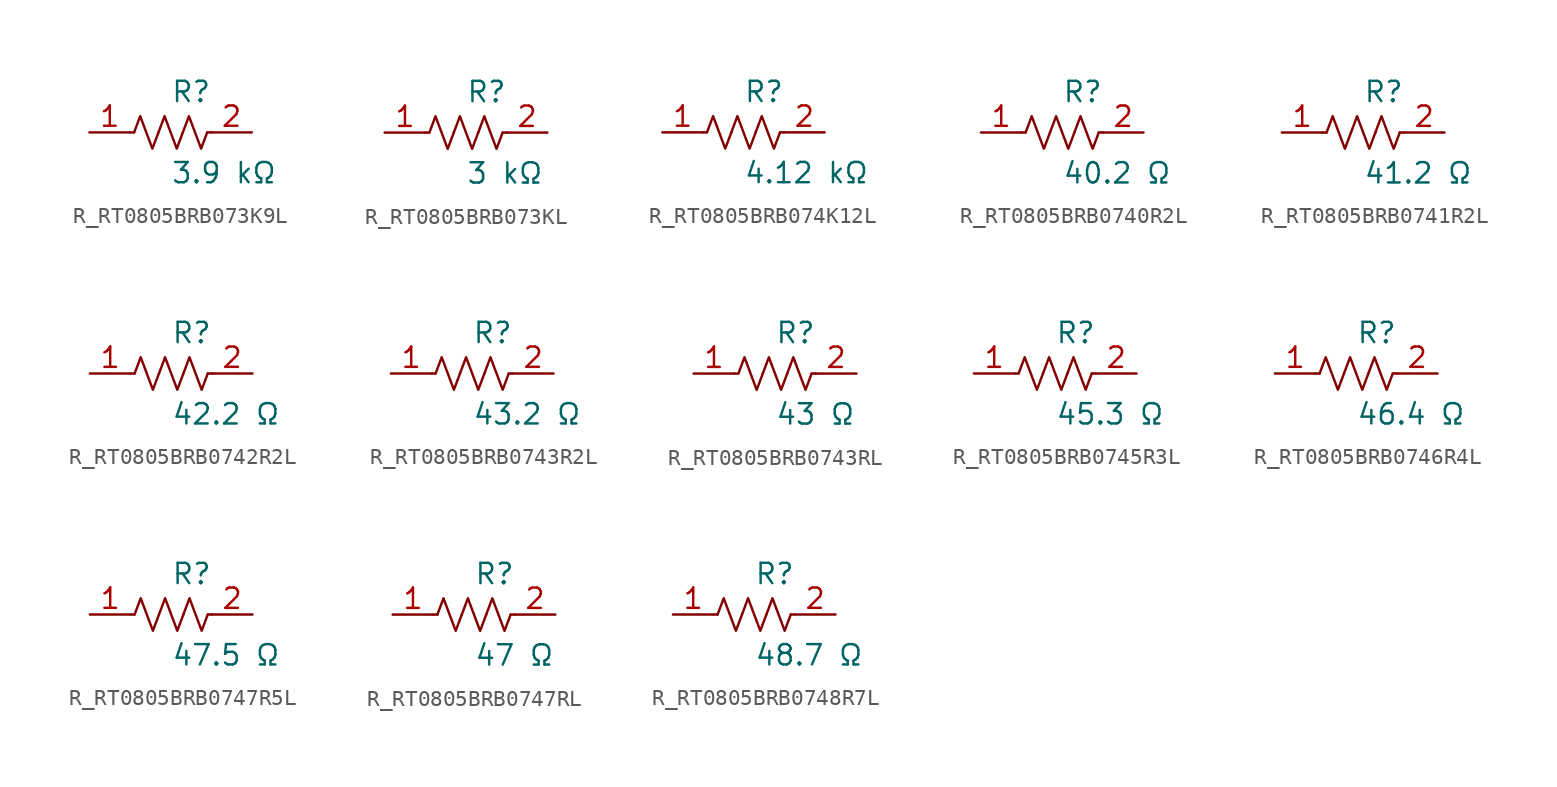
<source format=kicad_sym>
(kicad_symbol_lib
  (version 20231120)
  (generator kicad_symbol_editor)
  (generator_version 8.0)
  (symbol "R_RT0805BRB073K9L"
    (pin_names
      (offset 0.254))
    (property "Reference" "R"
      (at 0.0 2.54 0)
      (effects (font (size 1.27 1.27)) (justify left)))
    (property "Value" "3.9 kΩ"
      (at 0.0 -2.54 0)
      (effects (font (size 1.27 1.27)) (justify left)))
    (symbol "R_RT0805BRB073K9L_0_1"
      (polyline (pts (xy 2.286 0) (xy 2.54 0)) (stroke (width 0) (type default)) (fill (type none)))
      (polyline (pts (xy -2.286 0) (xy -2.54 0)) (stroke (width 0) (type default)) (fill (type none)))
      (polyline (pts (xy 0.762 0) (xy 1.143 1.016) (xy 1.524 0) (xy 1.905 -1.016) (xy 2.286 0)) (stroke (width 0) (type default)) (fill (type none)))
      (polyline (pts (xy -0.762 0) (xy -0.381 1.016) (xy 0 0) (xy 0.381 -1.016) (xy 0.762 0)) (stroke (width 0) (type default)) (fill (type none)))
      (polyline (pts (xy -2.286 0) (xy -1.905 1.016) (xy -1.524 0) (xy -1.143 -1.016) (xy -0.762 0)) (stroke (width 0) (type default)) (fill (type none))))
    (pin unspecified line
      (at -5.08 0 0)
      (length 2.54)
      (name "" (effects (font (size 1.27 1.27))))
      (number "1" (effects (font (size 1.27 1.27)))))
    (pin unspecified line
      (at 5.08 0 180)
      (length 2.54)
      (name "" (effects (font (size 1.27 1.27))))
      (number "2" (effects (font (size 1.27 1.27))))))
  (symbol "R_RT0805BRB073KL"
    (pin_names
      (offset 0.254))
    (property "Reference" "R"
      (at 0.0 2.54 0)
      (effects (font (size 1.27 1.27)) (justify left)))
    (property "Value" "3 kΩ"
      (at 0.0 -2.54 0)
      (effects (font (size 1.27 1.27)) (justify left)))
    (symbol "R_RT0805BRB073KL_0_1"
      (polyline (pts (xy 2.286 0) (xy 2.54 0)) (stroke (width 0) (type default)) (fill (type none)))
      (polyline (pts (xy -2.286 0) (xy -2.54 0)) (stroke (width 0) (type default)) (fill (type none)))
      (polyline (pts (xy 0.762 0) (xy 1.143 1.016) (xy 1.524 0) (xy 1.905 -1.016) (xy 2.286 0)) (stroke (width 0) (type default)) (fill (type none)))
      (polyline (pts (xy -0.762 0) (xy -0.381 1.016) (xy 0 0) (xy 0.381 -1.016) (xy 0.762 0)) (stroke (width 0) (type default)) (fill (type none)))
      (polyline (pts (xy -2.286 0) (xy -1.905 1.016) (xy -1.524 0) (xy -1.143 -1.016) (xy -0.762 0)) (stroke (width 0) (type default)) (fill (type none))))
    (pin unspecified line
      (at -5.08 0 0)
      (length 2.54)
      (name "" (effects (font (size 1.27 1.27))))
      (number "1" (effects (font (size 1.27 1.27)))))
    (pin unspecified line
      (at 5.08 0 180)
      (length 2.54)
      (name "" (effects (font (size 1.27 1.27))))
      (number "2" (effects (font (size 1.27 1.27))))))
  (symbol "R_RT0805BRB074K12L"
    (pin_names
      (offset 0.254))
    (property "Reference" "R"
      (at 0.0 2.54 0)
      (effects (font (size 1.27 1.27)) (justify left)))
    (property "Value" "4.12 kΩ"
      (at 0.0 -2.54 0)
      (effects (font (size 1.27 1.27)) (justify left)))
    (symbol "R_RT0805BRB074K12L_0_1"
      (polyline (pts (xy 2.286 0) (xy 2.54 0)) (stroke (width 0) (type default)) (fill (type none)))
      (polyline (pts (xy -2.286 0) (xy -2.54 0)) (stroke (width 0) (type default)) (fill (type none)))
      (polyline (pts (xy 0.762 0) (xy 1.143 1.016) (xy 1.524 0) (xy 1.905 -1.016) (xy 2.286 0)) (stroke (width 0) (type default)) (fill (type none)))
      (polyline (pts (xy -0.762 0) (xy -0.381 1.016) (xy 0 0) (xy 0.381 -1.016) (xy 0.762 0)) (stroke (width 0) (type default)) (fill (type none)))
      (polyline (pts (xy -2.286 0) (xy -1.905 1.016) (xy -1.524 0) (xy -1.143 -1.016) (xy -0.762 0)) (stroke (width 0) (type default)) (fill (type none))))
    (pin unspecified line
      (at -5.08 0 0)
      (length 2.54)
      (name "" (effects (font (size 1.27 1.27))))
      (number "1" (effects (font (size 1.27 1.27)))))
    (pin unspecified line
      (at 5.08 0 180)
      (length 2.54)
      (name "" (effects (font (size 1.27 1.27))))
      (number "2" (effects (font (size 1.27 1.27))))))
  (symbol "R_RT0805BRB0740R2L"
    (pin_names
      (offset 0.254))
    (property "Reference" "R"
      (at 0.0 2.54 0)
      (effects (font (size 1.27 1.27)) (justify left)))
    (property "Value" "40.2 Ω"
      (at 0.0 -2.54 0)
      (effects (font (size 1.27 1.27)) (justify left)))
    (symbol "R_RT0805BRB0740R2L_0_1"
      (polyline (pts (xy 2.286 0) (xy 2.54 0)) (stroke (width 0) (type default)) (fill (type none)))
      (polyline (pts (xy -2.286 0) (xy -2.54 0)) (stroke (width 0) (type default)) (fill (type none)))
      (polyline (pts (xy 0.762 0) (xy 1.143 1.016) (xy 1.524 0) (xy 1.905 -1.016) (xy 2.286 0)) (stroke (width 0) (type default)) (fill (type none)))
      (polyline (pts (xy -0.762 0) (xy -0.381 1.016) (xy 0 0) (xy 0.381 -1.016) (xy 0.762 0)) (stroke (width 0) (type default)) (fill (type none)))
      (polyline (pts (xy -2.286 0) (xy -1.905 1.016) (xy -1.524 0) (xy -1.143 -1.016) (xy -0.762 0)) (stroke (width 0) (type default)) (fill (type none))))
    (pin unspecified line
      (at -5.08 0 0)
      (length 2.54)
      (name "" (effects (font (size 1.27 1.27))))
      (number "1" (effects (font (size 1.27 1.27)))))
    (pin unspecified line
      (at 5.08 0 180)
      (length 2.54)
      (name "" (effects (font (size 1.27 1.27))))
      (number "2" (effects (font (size 1.27 1.27))))))
  (symbol "R_RT0805BRB0741R2L"
    (pin_names
      (offset 0.254))
    (property "Reference" "R"
      (at 0.0 2.54 0)
      (effects (font (size 1.27 1.27)) (justify left)))
    (property "Value" "41.2 Ω"
      (at 0.0 -2.54 0)
      (effects (font (size 1.27 1.27)) (justify left)))
    (symbol "R_RT0805BRB0741R2L_0_1"
      (polyline (pts (xy 2.286 0) (xy 2.54 0)) (stroke (width 0) (type default)) (fill (type none)))
      (polyline (pts (xy -2.286 0) (xy -2.54 0)) (stroke (width 0) (type default)) (fill (type none)))
      (polyline (pts (xy 0.762 0) (xy 1.143 1.016) (xy 1.524 0) (xy 1.905 -1.016) (xy 2.286 0)) (stroke (width 0) (type default)) (fill (type none)))
      (polyline (pts (xy -0.762 0) (xy -0.381 1.016) (xy 0 0) (xy 0.381 -1.016) (xy 0.762 0)) (stroke (width 0) (type default)) (fill (type none)))
      (polyline (pts (xy -2.286 0) (xy -1.905 1.016) (xy -1.524 0) (xy -1.143 -1.016) (xy -0.762 0)) (stroke (width 0) (type default)) (fill (type none))))
    (pin unspecified line
      (at -5.08 0 0)
      (length 2.54)
      (name "" (effects (font (size 1.27 1.27))))
      (number "1" (effects (font (size 1.27 1.27)))))
    (pin unspecified line
      (at 5.08 0 180)
      (length 2.54)
      (name "" (effects (font (size 1.27 1.27))))
      (number "2" (effects (font (size 1.27 1.27))))))
  (symbol "R_RT0805BRB0742R2L"
    (pin_names
      (offset 0.254))
    (property "Reference" "R"
      (at 0.0 2.54 0)
      (effects (font (size 1.27 1.27)) (justify left)))
    (property "Value" "42.2 Ω"
      (at 0.0 -2.54 0)
      (effects (font (size 1.27 1.27)) (justify left)))
    (symbol "R_RT0805BRB0742R2L_0_1"
      (polyline (pts (xy 2.286 0) (xy 2.54 0)) (stroke (width 0) (type default)) (fill (type none)))
      (polyline (pts (xy -2.286 0) (xy -2.54 0)) (stroke (width 0) (type default)) (fill (type none)))
      (polyline (pts (xy 0.762 0) (xy 1.143 1.016) (xy 1.524 0) (xy 1.905 -1.016) (xy 2.286 0)) (stroke (width 0) (type default)) (fill (type none)))
      (polyline (pts (xy -0.762 0) (xy -0.381 1.016) (xy 0 0) (xy 0.381 -1.016) (xy 0.762 0)) (stroke (width 0) (type default)) (fill (type none)))
      (polyline (pts (xy -2.286 0) (xy -1.905 1.016) (xy -1.524 0) (xy -1.143 -1.016) (xy -0.762 0)) (stroke (width 0) (type default)) (fill (type none))))
    (pin unspecified line
      (at -5.08 0 0)
      (length 2.54)
      (name "" (effects (font (size 1.27 1.27))))
      (number "1" (effects (font (size 1.27 1.27)))))
    (pin unspecified line
      (at 5.08 0 180)
      (length 2.54)
      (name "" (effects (font (size 1.27 1.27))))
      (number "2" (effects (font (size 1.27 1.27))))))
  (symbol "R_RT0805BRB0743R2L"
    (pin_names
      (offset 0.254))
    (property "Reference" "R"
      (at 0.0 2.54 0)
      (effects (font (size 1.27 1.27)) (justify left)))
    (property "Value" "43.2 Ω"
      (at 0.0 -2.54 0)
      (effects (font (size 1.27 1.27)) (justify left)))
    (symbol "R_RT0805BRB0743R2L_0_1"
      (polyline (pts (xy 2.286 0) (xy 2.54 0)) (stroke (width 0) (type default)) (fill (type none)))
      (polyline (pts (xy -2.286 0) (xy -2.54 0)) (stroke (width 0) (type default)) (fill (type none)))
      (polyline (pts (xy 0.762 0) (xy 1.143 1.016) (xy 1.524 0) (xy 1.905 -1.016) (xy 2.286 0)) (stroke (width 0) (type default)) (fill (type none)))
      (polyline (pts (xy -0.762 0) (xy -0.381 1.016) (xy 0 0) (xy 0.381 -1.016) (xy 0.762 0)) (stroke (width 0) (type default)) (fill (type none)))
      (polyline (pts (xy -2.286 0) (xy -1.905 1.016) (xy -1.524 0) (xy -1.143 -1.016) (xy -0.762 0)) (stroke (width 0) (type default)) (fill (type none))))
    (pin unspecified line
      (at -5.08 0 0)
      (length 2.54)
      (name "" (effects (font (size 1.27 1.27))))
      (number "1" (effects (font (size 1.27 1.27)))))
    (pin unspecified line
      (at 5.08 0 180)
      (length 2.54)
      (name "" (effects (font (size 1.27 1.27))))
      (number "2" (effects (font (size 1.27 1.27))))))
  (symbol "R_RT0805BRB0743RL"
    (pin_names
      (offset 0.254))
    (property "Reference" "R"
      (at 0.0 2.54 0)
      (effects (font (size 1.27 1.27)) (justify left)))
    (property "Value" "43 Ω"
      (at 0.0 -2.54 0)
      (effects (font (size 1.27 1.27)) (justify left)))
    (symbol "R_RT0805BRB0743RL_0_1"
      (polyline (pts (xy 2.286 0) (xy 2.54 0)) (stroke (width 0) (type default)) (fill (type none)))
      (polyline (pts (xy -2.286 0) (xy -2.54 0)) (stroke (width 0) (type default)) (fill (type none)))
      (polyline (pts (xy 0.762 0) (xy 1.143 1.016) (xy 1.524 0) (xy 1.905 -1.016) (xy 2.286 0)) (stroke (width 0) (type default)) (fill (type none)))
      (polyline (pts (xy -0.762 0) (xy -0.381 1.016) (xy 0 0) (xy 0.381 -1.016) (xy 0.762 0)) (stroke (width 0) (type default)) (fill (type none)))
      (polyline (pts (xy -2.286 0) (xy -1.905 1.016) (xy -1.524 0) (xy -1.143 -1.016) (xy -0.762 0)) (stroke (width 0) (type default)) (fill (type none))))
    (pin unspecified line
      (at -5.08 0 0)
      (length 2.54)
      (name "" (effects (font (size 1.27 1.27))))
      (number "1" (effects (font (size 1.27 1.27)))))
    (pin unspecified line
      (at 5.08 0 180)
      (length 2.54)
      (name "" (effects (font (size 1.27 1.27))))
      (number "2" (effects (font (size 1.27 1.27))))))
  (symbol "R_RT0805BRB0745R3L"
    (pin_names
      (offset 0.254))
    (property "Reference" "R"
      (at 0.0 2.54 0)
      (effects (font (size 1.27 1.27)) (justify left)))
    (property "Value" "45.3 Ω"
      (at 0.0 -2.54 0)
      (effects (font (size 1.27 1.27)) (justify left)))
    (symbol "R_RT0805BRB0745R3L_0_1"
      (polyline (pts (xy 2.286 0) (xy 2.54 0)) (stroke (width 0) (type default)) (fill (type none)))
      (polyline (pts (xy -2.286 0) (xy -2.54 0)) (stroke (width 0) (type default)) (fill (type none)))
      (polyline (pts (xy 0.762 0) (xy 1.143 1.016) (xy 1.524 0) (xy 1.905 -1.016) (xy 2.286 0)) (stroke (width 0) (type default)) (fill (type none)))
      (polyline (pts (xy -0.762 0) (xy -0.381 1.016) (xy 0 0) (xy 0.381 -1.016) (xy 0.762 0)) (stroke (width 0) (type default)) (fill (type none)))
      (polyline (pts (xy -2.286 0) (xy -1.905 1.016) (xy -1.524 0) (xy -1.143 -1.016) (xy -0.762 0)) (stroke (width 0) (type default)) (fill (type none))))
    (pin unspecified line
      (at -5.08 0 0)
      (length 2.54)
      (name "" (effects (font (size 1.27 1.27))))
      (number "1" (effects (font (size 1.27 1.27)))))
    (pin unspecified line
      (at 5.08 0 180)
      (length 2.54)
      (name "" (effects (font (size 1.27 1.27))))
      (number "2" (effects (font (size 1.27 1.27))))))
  (symbol "R_RT0805BRB0746R4L"
    (pin_names
      (offset 0.254))
    (property "Reference" "R"
      (at 0.0 2.54 0)
      (effects (font (size 1.27 1.27)) (justify left)))
    (property "Value" "46.4 Ω"
      (at 0.0 -2.54 0)
      (effects (font (size 1.27 1.27)) (justify left)))
    (symbol "R_RT0805BRB0746R4L_0_1"
      (polyline (pts (xy 2.286 0) (xy 2.54 0)) (stroke (width 0) (type default)) (fill (type none)))
      (polyline (pts (xy -2.286 0) (xy -2.54 0)) (stroke (width 0) (type default)) (fill (type none)))
      (polyline (pts (xy 0.762 0) (xy 1.143 1.016) (xy 1.524 0) (xy 1.905 -1.016) (xy 2.286 0)) (stroke (width 0) (type default)) (fill (type none)))
      (polyline (pts (xy -0.762 0) (xy -0.381 1.016) (xy 0 0) (xy 0.381 -1.016) (xy 0.762 0)) (stroke (width 0) (type default)) (fill (type none)))
      (polyline (pts (xy -2.286 0) (xy -1.905 1.016) (xy -1.524 0) (xy -1.143 -1.016) (xy -0.762 0)) (stroke (width 0) (type default)) (fill (type none))))
    (pin unspecified line
      (at -5.08 0 0)
      (length 2.54)
      (name "" (effects (font (size 1.27 1.27))))
      (number "1" (effects (font (size 1.27 1.27)))))
    (pin unspecified line
      (at 5.08 0 180)
      (length 2.54)
      (name "" (effects (font (size 1.27 1.27))))
      (number "2" (effects (font (size 1.27 1.27))))))
  (symbol "R_RT0805BRB0747R5L"
    (pin_names
      (offset 0.254))
    (property "Reference" "R"
      (at 0.0 2.54 0)
      (effects (font (size 1.27 1.27)) (justify left)))
    (property "Value" "47.5 Ω"
      (at 0.0 -2.54 0)
      (effects (font (size 1.27 1.27)) (justify left)))
    (symbol "R_RT0805BRB0747R5L_0_1"
      (polyline (pts (xy 2.286 0) (xy 2.54 0)) (stroke (width 0) (type default)) (fill (type none)))
      (polyline (pts (xy -2.286 0) (xy -2.54 0)) (stroke (width 0) (type default)) (fill (type none)))
      (polyline (pts (xy 0.762 0) (xy 1.143 1.016) (xy 1.524 0) (xy 1.905 -1.016) (xy 2.286 0)) (stroke (width 0) (type default)) (fill (type none)))
      (polyline (pts (xy -0.762 0) (xy -0.381 1.016) (xy 0 0) (xy 0.381 -1.016) (xy 0.762 0)) (stroke (width 0) (type default)) (fill (type none)))
      (polyline (pts (xy -2.286 0) (xy -1.905 1.016) (xy -1.524 0) (xy -1.143 -1.016) (xy -0.762 0)) (stroke (width 0) (type default)) (fill (type none))))
    (pin unspecified line
      (at -5.08 0 0)
      (length 2.54)
      (name "" (effects (font (size 1.27 1.27))))
      (number "1" (effects (font (size 1.27 1.27)))))
    (pin unspecified line
      (at 5.08 0 180)
      (length 2.54)
      (name "" (effects (font (size 1.27 1.27))))
      (number "2" (effects (font (size 1.27 1.27))))))
  (symbol "R_RT0805BRB0747RL"
    (pin_names
      (offset 0.254))
    (property "Reference" "R"
      (at 0.0 2.54 0)
      (effects (font (size 1.27 1.27)) (justify left)))
    (property "Value" "47 Ω"
      (at 0.0 -2.54 0)
      (effects (font (size 1.27 1.27)) (justify left)))
    (symbol "R_RT0805BRB0747RL_0_1"
      (polyline (pts (xy 2.286 0) (xy 2.54 0)) (stroke (width 0) (type default)) (fill (type none)))
      (polyline (pts (xy -2.286 0) (xy -2.54 0)) (stroke (width 0) (type default)) (fill (type none)))
      (polyline (pts (xy 0.762 0) (xy 1.143 1.016) (xy 1.524 0) (xy 1.905 -1.016) (xy 2.286 0)) (stroke (width 0) (type default)) (fill (type none)))
      (polyline (pts (xy -0.762 0) (xy -0.381 1.016) (xy 0 0) (xy 0.381 -1.016) (xy 0.762 0)) (stroke (width 0) (type default)) (fill (type none)))
      (polyline (pts (xy -2.286 0) (xy -1.905 1.016) (xy -1.524 0) (xy -1.143 -1.016) (xy -0.762 0)) (stroke (width 0) (type default)) (fill (type none))))
    (pin unspecified line
      (at -5.08 0 0)
      (length 2.54)
      (name "" (effects (font (size 1.27 1.27))))
      (number "1" (effects (font (size 1.27 1.27)))))
    (pin unspecified line
      (at 5.08 0 180)
      (length 2.54)
      (name "" (effects (font (size 1.27 1.27))))
      (number "2" (effects (font (size 1.27 1.27))))))
  (symbol "R_RT0805BRB0748R7L"
    (pin_names
      (offset 0.254))
    (property "Reference" "R"
      (at 0.0 2.54 0)
      (effects (font (size 1.27 1.27)) (justify left)))
    (property "Value" "48.7 Ω"
      (at 0.0 -2.54 0)
      (effects (font (size 1.27 1.27)) (justify left)))
    (symbol "R_RT0805BRB0748R7L_0_1"
      (polyline (pts (xy 2.286 0) (xy 2.54 0)) (stroke (width 0) (type default)) (fill (type none)))
      (polyline (pts (xy -2.286 0) (xy -2.54 0)) (stroke (width 0) (type default)) (fill (type none)))
      (polyline (pts (xy 0.762 0) (xy 1.143 1.016) (xy 1.524 0) (xy 1.905 -1.016) (xy 2.286 0)) (stroke (width 0) (type default)) (fill (type none)))
      (polyline (pts (xy -0.762 0) (xy -0.381 1.016) (xy 0 0) (xy 0.381 -1.016) (xy 0.762 0)) (stroke (width 0) (type default)) (fill (type none)))
      (polyline (pts (xy -2.286 0) (xy -1.905 1.016) (xy -1.524 0) (xy -1.143 -1.016) (xy -0.762 0)) (stroke (width 0) (type default)) (fill (type none))))
    (pin unspecified line
      (at -5.08 0 0)
      (length 2.54)
      (name "" (effects (font (size 1.27 1.27))))
      (number "1" (effects (font (size 1.27 1.27)))))
    (pin unspecified line
      (at 5.08 0 180)
      (length 2.54)
      (name "" (effects (font (size 1.27 1.27))))
      (number "2" (effects (font (size 1.27 1.27)))))))
</source>
